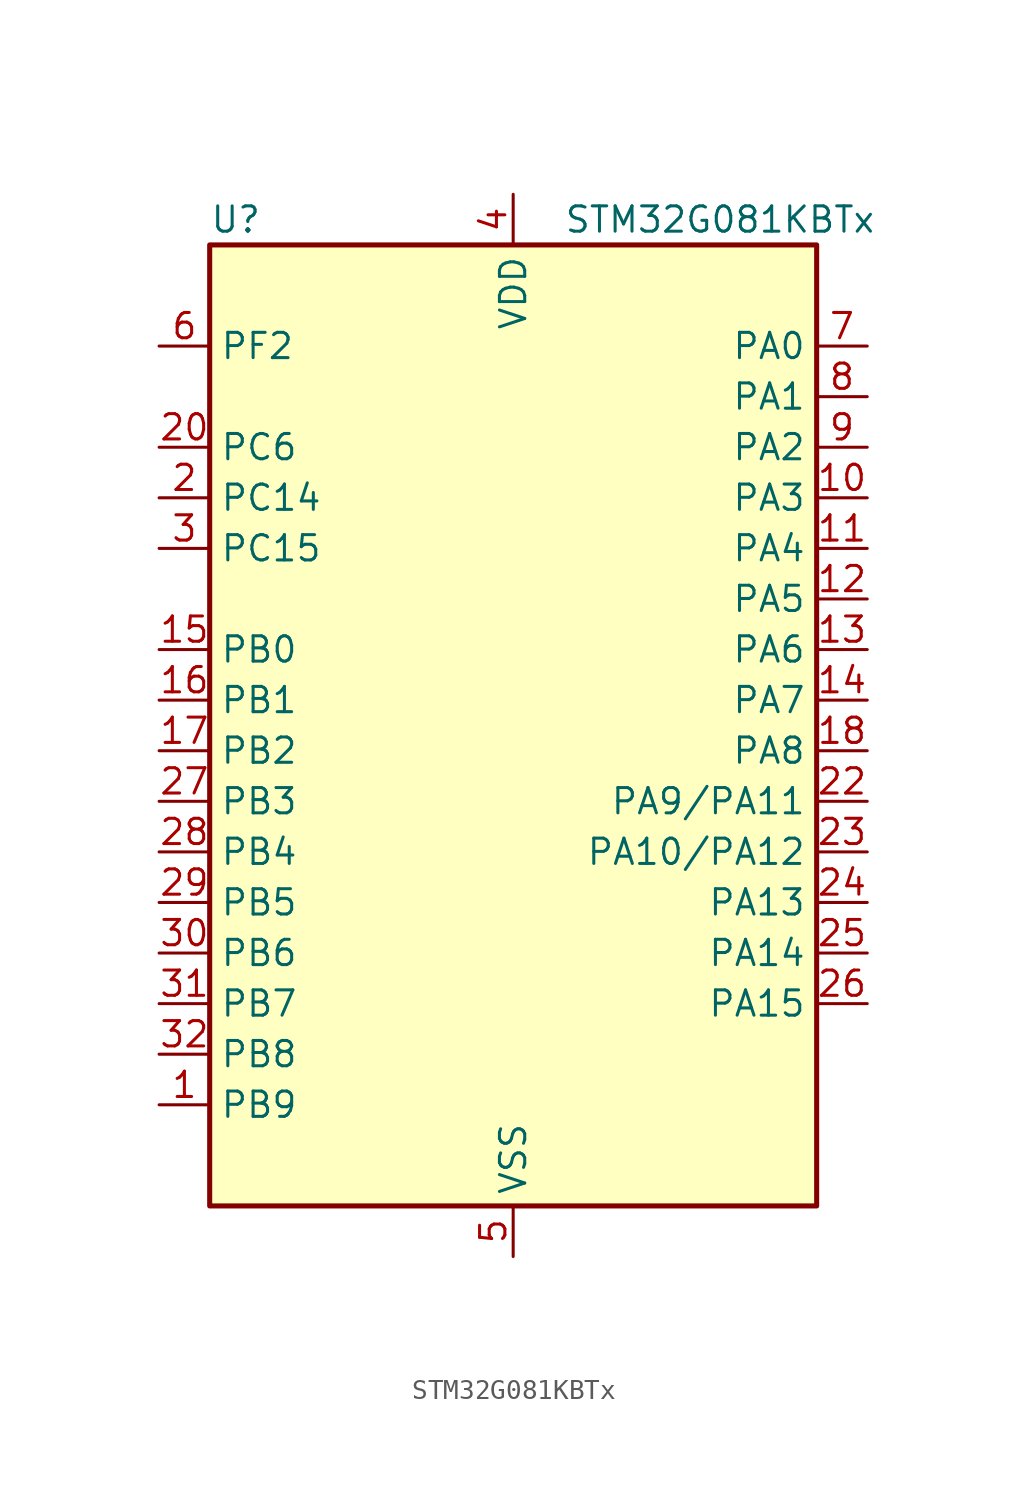
<source format=kicad_sym>
(kicad_symbol_lib
  (version 20241209)
  (generator "kicad_symbol_editor")
  (generator_version "9.0")
  (symbol "STM32G081KBTx"
    (property "Reference" "U"
      (at -15.24 26.67 0)
      (effects (font (size 1.27 1.27)) (justify left)))
    (property "Value" "STM32G081KBTx"
      (at 2.54 26.67 0)
      (effects (font (size 1.27 1.27)) (justify left)))
    (symbol "STM32G081KBTx_0_1"
      (rectangle (start -15.24 -22.86) (end 15.24 25.4) (stroke (width 0.254) (type default)) (fill (type background))))
    (symbol "STM32G081KBTx_1_1"
      (pin bidirectional line (at -17.78 20.32 0) (length 2.54) (name "PF2" (effects (font (size 1.27 1.27)))) (number "6" (effects (font (size 1.27 1.27)))) (alternate "RCC_MCO" bidirectional line))
      (pin bidirectional line (at -17.78 15.24 0) (length 2.54) (name "PC6" (effects (font (size 1.27 1.27)))) (number "20" (effects (font (size 1.27 1.27)))) (alternate "TIM2_CH3" bidirectional line) (alternate "TIM3_CH1" bidirectional line) (alternate "UCPD1_FRSTX1" bidirectional line) (alternate "UCPD1_FRSTX2" bidirectional line))
      (pin bidirectional line (at -17.78 12.7 0) (length 2.54) (name "PC14" (effects (font (size 1.27 1.27)))) (number "2" (effects (font (size 1.27 1.27)))) (alternate "RCC_OSC32_IN" bidirectional line) (alternate "RCC_OSC_IN" bidirectional line) (alternate "TIM1_BK2" bidirectional line))
      (pin bidirectional line (at -17.78 10.16 0) (length 2.54) (name "PC15" (effects (font (size 1.27 1.27)))) (number "3" (effects (font (size 1.27 1.27)))) (alternate "RCC_OSC32_EN" bidirectional line) (alternate "RCC_OSC32_OUT" bidirectional line) (alternate "RCC_OSC_EN" bidirectional line) (alternate "TIM15_BK" bidirectional line))
      (pin bidirectional line (at -17.78 5.08 0) (length 2.54) (name "PB0" (effects (font (size 1.27 1.27)))) (number "15" (effects (font (size 1.27 1.27)))) (alternate "ADC1_IN8" bidirectional line) (alternate "COMP1_OUT" bidirectional line) (alternate "I2S1_WS" bidirectional line) (alternate "LPTIM1_OUT" bidirectional line) (alternate "SPI1_NSS" bidirectional line) (alternate "TIM1_CH2N" bidirectional line) (alternate "TIM3_CH3" bidirectional line) (alternate "UCPD1_FRSTX1" bidirectional line) (alternate "UCPD1_FRSTX2" bidirectional line) (alternate "USART3_RX" bidirectional line))
      (pin bidirectional line (at -17.78 2.54 0) (length 2.54) (name "PB1" (effects (font (size 1.27 1.27)))) (number "16" (effects (font (size 1.27 1.27)))) (alternate "ADC1_IN9" bidirectional line) (alternate "COMP1_INM" bidirectional line) (alternate "LPTIM2_IN1" bidirectional line) (alternate "LPUART1_DE" bidirectional line) (alternate "LPUART1_RTS" bidirectional line) (alternate "TIM14_CH1" bidirectional line) (alternate "TIM1_CH3N" bidirectional line) (alternate "TIM3_CH4" bidirectional line) (alternate "USART3_CK" bidirectional line) (alternate "USART3_DE" bidirectional line) (alternate "USART3_RTS" bidirectional line))
      (pin bidirectional line (at -17.78 0 0) (length 2.54) (name "PB2" (effects (font (size 1.27 1.27)))) (number "17" (effects (font (size 1.27 1.27)))) (alternate "ADC1_IN10" bidirectional line) (alternate "COMP1_INP" bidirectional line) (alternate "LPTIM1_OUT" bidirectional line) (alternate "SPI2_MISO" bidirectional line) (alternate "USART3_TX" bidirectional line))
      (pin bidirectional line (at -17.78 -2.54 0) (length 2.54) (name "PB3" (effects (font (size 1.27 1.27)))) (number "27" (effects (font (size 1.27 1.27)))) (alternate "COMP2_INM" bidirectional line) (alternate "I2S1_CK" bidirectional line) (alternate "SPI1_SCK" bidirectional line) (alternate "TIM1_CH2" bidirectional line) (alternate "TIM2_CH2" bidirectional line) (alternate "USART1_CK" bidirectional line) (alternate "USART1_DE" bidirectional line) (alternate "USART1_RTS" bidirectional line))
      (pin bidirectional line (at -17.78 -5.08 0) (length 2.54) (name "PB4" (effects (font (size 1.27 1.27)))) (number "28" (effects (font (size 1.27 1.27)))) (alternate "COMP2_INP" bidirectional line) (alternate "I2S1_MCK" bidirectional line) (alternate "SPI1_MISO" bidirectional line) (alternate "TIM17_BK" bidirectional line) (alternate "TIM3_CH1" bidirectional line) (alternate "USART1_CTS" bidirectional line) (alternate "USART1_NSS" bidirectional line))
      (pin bidirectional line (at -17.78 -7.62 0) (length 2.54) (name "PB5" (effects (font (size 1.27 1.27)))) (number "29" (effects (font (size 1.27 1.27)))) (alternate "COMP2_OUT" bidirectional line) (alternate "I2C1_SMBA" bidirectional line) (alternate "I2S1_SD" bidirectional line) (alternate "LPTIM1_IN1" bidirectional line) (alternate "SPI1_MOSI" bidirectional line) (alternate "SYS_WKUP6" bidirectional line) (alternate "TIM16_BK" bidirectional line) (alternate "TIM3_CH2" bidirectional line))
      (pin bidirectional line (at -17.78 -10.16 0) (length 2.54) (name "PB6" (effects (font (size 1.27 1.27)))) (number "30" (effects (font (size 1.27 1.27)))) (alternate "COMP2_INP" bidirectional line) (alternate "I2C1_SCL" bidirectional line) (alternate "LPTIM1_ETR" bidirectional line) (alternate "SPI2_MISO" bidirectional line) (alternate "TIM16_CH1N" bidirectional line) (alternate "TIM1_CH3" bidirectional line) (alternate "USART1_TX" bidirectional line))
      (pin bidirectional line (at -17.78 -12.7 0) (length 2.54) (name "PB7" (effects (font (size 1.27 1.27)))) (number "31" (effects (font (size 1.27 1.27)))) (alternate "COMP2_INM" bidirectional line) (alternate "I2C1_SDA" bidirectional line) (alternate "LPTIM1_IN2" bidirectional line) (alternate "SPI2_MOSI" bidirectional line) (alternate "SYS_PVD_IN" bidirectional line) (alternate "TIM17_CH1N" bidirectional line) (alternate "USART1_RX" bidirectional line) (alternate "USART4_CTS" bidirectional line) (alternate "USART4_NSS" bidirectional line))
      (pin bidirectional line (at -17.78 -15.24 0) (length 2.54) (name "PB8" (effects (font (size 1.27 1.27)))) (number "32" (effects (font (size 1.27 1.27)))) (alternate "CEC" bidirectional line) (alternate "I2C1_SCL" bidirectional line) (alternate "SPI2_SCK" bidirectional line) (alternate "TIM15_BK" bidirectional line) (alternate "TIM16_CH1" bidirectional line) (alternate "USART3_TX" bidirectional line))
      (pin bidirectional line (at -17.78 -17.78 0) (length 2.54) (name "PB9" (effects (font (size 1.27 1.27)))) (number "1" (effects (font (size 1.27 1.27)))) (alternate "DAC1_EXTI9" bidirectional line) (alternate "I2C1_SDA" bidirectional line) (alternate "IR_OUT" bidirectional line) (alternate "SPI2_NSS" bidirectional line) (alternate "TIM17_CH1" bidirectional line) (alternate "USART3_RX" bidirectional line))
      (pin no_connect line (at -15.24 -20.32 0) (length 2.54) (hide yes) (name "NC/PA10" (effects (font (size 1.27 1.27)))) (number "21" (effects (font (size 1.27 1.27)))) (alternate "I2C1_SDA (PA10)" bidirectional line) (alternate "NC" bidirectional line) (alternate "PA10" bidirectional line) (alternate "SPI2_MOSI (PA10)" bidirectional line) (alternate "TIM17_BK (PA10)" bidirectional line) (alternate "TIM1_CH3 (PA10)" bidirectional line) (alternate "UCPD1_DBCC2 (PA10)" bidirectional line) (alternate "USART1_RX (PA10)" bidirectional line))
      (pin no_connect line (at -15.24 -22.86 0) (length 2.54) (hide yes) (name "NC/PA9" (effects (font (size 1.27 1.27)))) (number "19" (effects (font (size 1.27 1.27)))) (alternate "DAC1_EXTI9 (PA9)" bidirectional line) (alternate "I2C1_SCL (PA9)" bidirectional line) (alternate "NC" bidirectional line) (alternate "PA9" bidirectional line) (alternate "RCC_MCO (PA9)" bidirectional line) (alternate "SPI2_MISO (PA9)" bidirectional line) (alternate "TIM15_BK (PA9)" bidirectional line) (alternate "TIM1_CH2 (PA9)" bidirectional line) (alternate "UCPD1_DBCC1 (PA9)" bidirectional line) (alternate "USART1_TX (PA9)" bidirectional line))
      (pin power_in line (at 0 27.94 270) (length 2.54) (name "VDD" (effects (font (size 1.27 1.27)))) (number "4" (effects (font (size 1.27 1.27)))))
      (pin power_in line (at 0 -25.4 90) (length 2.54) (name "VSS" (effects (font (size 1.27 1.27)))) (number "5" (effects (font (size 1.27 1.27)))))
      (pin bidirectional line (at 17.78 20.32 180) (length 2.54) (name "PA0" (effects (font (size 1.27 1.27)))) (number "7" (effects (font (size 1.27 1.27)))) (alternate "ADC1_IN0" bidirectional line) (alternate "COMP1_INM" bidirectional line) (alternate "COMP1_OUT" bidirectional line) (alternate "LPTIM1_OUT" bidirectional line) (alternate "RTC_TAMP_IN2" bidirectional line) (alternate "SPI2_SCK" bidirectional line) (alternate "SYS_WKUP1" bidirectional line) (alternate "TIM2_CH1" bidirectional line) (alternate "TIM2_ETR" bidirectional line) (alternate "USART2_CTS" bidirectional line) (alternate "USART2_NSS" bidirectional line) (alternate "USART4_TX" bidirectional line))
      (pin bidirectional line (at 17.78 17.78 180) (length 2.54) (name "PA1" (effects (font (size 1.27 1.27)))) (number "8" (effects (font (size 1.27 1.27)))) (alternate "ADC1_IN1" bidirectional line) (alternate "COMP1_INP" bidirectional line) (alternate "I2C1_SMBA" bidirectional line) (alternate "I2S1_CK" bidirectional line) (alternate "SPI1_SCK" bidirectional line) (alternate "TIM15_CH1N" bidirectional line) (alternate "TIM2_CH2" bidirectional line) (alternate "USART2_CK" bidirectional line) (alternate "USART2_DE" bidirectional line) (alternate "USART2_RTS" bidirectional line) (alternate "USART4_RX" bidirectional line))
      (pin bidirectional line (at 17.78 15.24 180) (length 2.54) (name "PA2" (effects (font (size 1.27 1.27)))) (number "9" (effects (font (size 1.27 1.27)))) (alternate "ADC1_IN2" bidirectional line) (alternate "COMP2_INM" bidirectional line) (alternate "COMP2_OUT" bidirectional line) (alternate "I2S1_SD" bidirectional line) (alternate "LPUART1_TX" bidirectional line) (alternate "RCC_LSCO" bidirectional line) (alternate "SPI1_MOSI" bidirectional line) (alternate "SYS_WKUP4" bidirectional line) (alternate "TIM15_CH1" bidirectional line) (alternate "TIM2_CH3" bidirectional line) (alternate "UCPD1_FRSTX1" bidirectional line) (alternate "UCPD1_FRSTX2" bidirectional line) (alternate "USART2_TX" bidirectional line))
      (pin bidirectional line (at 17.78 12.7 180) (length 2.54) (name "PA3" (effects (font (size 1.27 1.27)))) (number "10" (effects (font (size 1.27 1.27)))) (alternate "ADC1_IN3" bidirectional line) (alternate "COMP2_INP" bidirectional line) (alternate "LPUART1_RX" bidirectional line) (alternate "SPI2_MISO" bidirectional line) (alternate "TIM15_CH2" bidirectional line) (alternate "TIM2_CH4" bidirectional line) (alternate "USART2_RX" bidirectional line))
      (pin bidirectional line (at 17.78 10.16 180) (length 2.54) (name "PA4" (effects (font (size 1.27 1.27)))) (number "11" (effects (font (size 1.27 1.27)))) (alternate "ADC1_IN4" bidirectional line) (alternate "DAC1_OUT1" bidirectional line) (alternate "I2S1_WS" bidirectional line) (alternate "LPTIM2_OUT" bidirectional line) (alternate "RTC_OUT_ALARM" bidirectional line) (alternate "RTC_OUT_CALIB" bidirectional line) (alternate "RTC_TAMP_IN1" bidirectional line) (alternate "RTC_TS" bidirectional line) (alternate "SPI1_NSS" bidirectional line) (alternate "SPI2_MOSI" bidirectional line) (alternate "SYS_WKUP2" bidirectional line) (alternate "TIM14_CH1" bidirectional line))
      (pin bidirectional line (at 17.78 7.62 180) (length 2.54) (name "PA5" (effects (font (size 1.27 1.27)))) (number "12" (effects (font (size 1.27 1.27)))) (alternate "ADC1_IN5" bidirectional line) (alternate "CEC" bidirectional line) (alternate "DAC1_OUT2" bidirectional line) (alternate "I2S1_CK" bidirectional line) (alternate "LPTIM2_ETR" bidirectional line) (alternate "SPI1_SCK" bidirectional line) (alternate "TIM2_CH1" bidirectional line) (alternate "TIM2_ETR" bidirectional line) (alternate "UCPD1_FRSTX1" bidirectional line) (alternate "UCPD1_FRSTX2" bidirectional line) (alternate "USART3_TX" bidirectional line))
      (pin bidirectional line (at 17.78 5.08 180) (length 2.54) (name "PA6" (effects (font (size 1.27 1.27)))) (number "13" (effects (font (size 1.27 1.27)))) (alternate "ADC1_IN6" bidirectional line) (alternate "COMP1_OUT" bidirectional line) (alternate "I2S1_MCK" bidirectional line) (alternate "LPUART1_CTS" bidirectional line) (alternate "SPI1_MISO" bidirectional line) (alternate "TIM16_CH1" bidirectional line) (alternate "TIM1_BK" bidirectional line) (alternate "TIM3_CH1" bidirectional line) (alternate "USART3_CTS" bidirectional line) (alternate "USART3_NSS" bidirectional line))
      (pin bidirectional line (at 17.78 2.54 180) (length 2.54) (name "PA7" (effects (font (size 1.27 1.27)))) (number "14" (effects (font (size 1.27 1.27)))) (alternate "ADC1_IN7" bidirectional line) (alternate "COMP2_OUT" bidirectional line) (alternate "I2S1_SD" bidirectional line) (alternate "SPI1_MOSI" bidirectional line) (alternate "TIM14_CH1" bidirectional line) (alternate "TIM17_CH1" bidirectional line) (alternate "TIM1_CH1N" bidirectional line) (alternate "TIM3_CH2" bidirectional line) (alternate "UCPD1_FRSTX1" bidirectional line) (alternate "UCPD1_FRSTX2" bidirectional line))
      (pin bidirectional line (at 17.78 0 180) (length 2.54) (name "PA8" (effects (font (size 1.27 1.27)))) (number "18" (effects (font (size 1.27 1.27)))) (alternate "LPTIM2_OUT" bidirectional line) (alternate "RCC_MCO" bidirectional line) (alternate "SPI2_NSS" bidirectional line) (alternate "TIM1_CH1" bidirectional line) (alternate "UCPD1_CC1" bidirectional line))
      (pin bidirectional line (at 17.78 -2.54 180) (length 2.54) (name "PA9/PA11" (effects (font (size 1.27 1.27)))) (number "22" (effects (font (size 1.27 1.27)))) (alternate "ADC1_EXTI11 (PA11)" bidirectional line) (alternate "COMP1_OUT (PA11)" bidirectional line) (alternate "DAC1_EXTI9 (PA9)" bidirectional line) (alternate "I2C1_SCL (PA9)" bidirectional line) (alternate "I2C2_SCL (PA11)" bidirectional line) (alternate "I2S1_MCK (PA11)" bidirectional line) (alternate "PA11" bidirectional line) (alternate "PA9" bidirectional line) (alternate "RCC_MCO (PA9)" bidirectional line) (alternate "SPI1_MISO (PA11)" bidirectional line) (alternate "SPI2_MISO (PA9)" bidirectional line) (alternate "TIM15_BK (PA9)" bidirectional line) (alternate "TIM1_BK2 (PA11)" bidirectional line) (alternate "TIM1_CH2 (PA9)" bidirectional line) (alternate "TIM1_CH4 (PA11)" bidirectional line) (alternate "USART1_CTS (PA11)" bidirectional line) (alternate "USART1_NSS (PA11)" bidirectional line) (alternate "USART1_TX (PA9)" bidirectional line))
      (pin bidirectional line (at 17.78 -5.08 180) (length 2.54) (name "PA10/PA12" (effects (font (size 1.27 1.27)))) (number "23" (effects (font (size 1.27 1.27)))) (alternate "COMP2_OUT (PA12)" bidirectional line) (alternate "I2C1_SDA (PA10)" bidirectional line) (alternate "I2C2_SDA (PA12)" bidirectional line) (alternate "I2S1_SD (PA12)" bidirectional line) (alternate "I2S_CKIN (PA12)" bidirectional line) (alternate "PA10" bidirectional line) (alternate "PA12" bidirectional line) (alternate "SPI1_MOSI (PA12)" bidirectional line) (alternate "SPI2_MOSI (PA10)" bidirectional line) (alternate "TIM17_BK (PA10)" bidirectional line) (alternate "TIM1_CH3 (PA10)" bidirectional line) (alternate "TIM1_ETR (PA12)" bidirectional line) (alternate "USART1_CK (PA12)" bidirectional line) (alternate "USART1_DE (PA12)" bidirectional line) (alternate "USART1_RTS (PA12)" bidirectional line) (alternate "USART1_RX (PA10)" bidirectional line))
      (pin bidirectional line (at 17.78 -7.62 180) (length 2.54) (name "PA13" (effects (font (size 1.27 1.27)))) (number "24" (effects (font (size 1.27 1.27)))) (alternate "IR_OUT" bidirectional line) (alternate "SYS_SWDIO" bidirectional line))
      (pin bidirectional line (at 17.78 -10.16 180) (length 2.54) (name "PA14" (effects (font (size 1.27 1.27)))) (number "25" (effects (font (size 1.27 1.27)))) (alternate "SYS_SWCLK" bidirectional line) (alternate "USART2_TX" bidirectional line))
      (pin bidirectional line (at 17.78 -12.7 180) (length 2.54) (name "PA15" (effects (font (size 1.27 1.27)))) (number "26" (effects (font (size 1.27 1.27)))) (alternate "I2S1_WS" bidirectional line) (alternate "SPI1_NSS" bidirectional line) (alternate "TIM2_CH1" bidirectional line) (alternate "TIM2_ETR" bidirectional line) (alternate "USART2_RX" bidirectional line) (alternate "USART3_CK" bidirectional line) (alternate "USART3_DE" bidirectional line) (alternate "USART3_RTS" bidirectional line) (alternate "USART4_CK" bidirectional line) (alternate "USART4_DE" bidirectional line) (alternate "USART4_RTS" bidirectional line)))))
</source>
